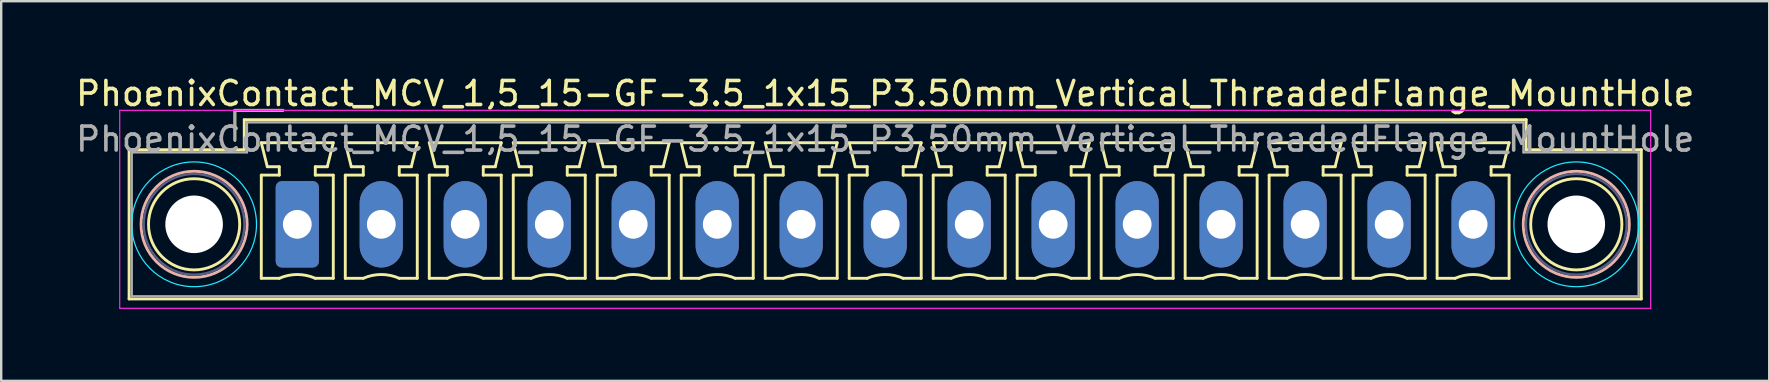
<source format=kicad_pcb>
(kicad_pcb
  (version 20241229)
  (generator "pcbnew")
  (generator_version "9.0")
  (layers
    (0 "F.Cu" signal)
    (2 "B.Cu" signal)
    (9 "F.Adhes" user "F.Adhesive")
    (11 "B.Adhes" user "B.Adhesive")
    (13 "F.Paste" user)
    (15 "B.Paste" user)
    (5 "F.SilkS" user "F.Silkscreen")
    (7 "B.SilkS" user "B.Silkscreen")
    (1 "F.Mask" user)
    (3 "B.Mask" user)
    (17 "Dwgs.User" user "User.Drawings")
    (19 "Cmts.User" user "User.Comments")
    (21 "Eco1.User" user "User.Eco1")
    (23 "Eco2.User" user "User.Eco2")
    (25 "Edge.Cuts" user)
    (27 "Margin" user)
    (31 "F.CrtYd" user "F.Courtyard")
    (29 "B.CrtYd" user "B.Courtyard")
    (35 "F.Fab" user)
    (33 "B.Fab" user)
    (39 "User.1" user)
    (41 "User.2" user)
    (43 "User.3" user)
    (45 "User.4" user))
  (footprint "PhoenixContact_MCV_1,5_15-GF-3.5_1x15_P3.50mm_Vertical_ThreadedFlange_MountHole"
    (layer "F.Cu")
    (at 9.339 6.298)
    (property "Reference" "PhoenixContact_MCV_1,5_15-GF-3.5_1x15_P3.50mm_Vertical_ThreadedFlange_MountHole" (at 24.5 -5.45 0) (layer "F.SilkS") (effects (font (size 1 1) (thickness 0.15))))
    (attr through_hole)
    (fp_line (start -7.01 -3.11) (end -7.01 3.11) (stroke (width 0.12) (type solid)) (layer "F.SilkS"))
    (fp_line (start -7.01 3.11) (end 56.01 3.11) (stroke (width 0.12) (type solid)) (layer "F.SilkS"))
    (fp_line (start -2.6 -4.75) (end -0.6 -4.75) (stroke (width 0.12) (type solid)) (layer "F.SilkS"))
    (fp_line (start -2.6 -3.5) (end -2.6 -4.75) (stroke (width 0.12) (type solid)) (layer "F.SilkS"))
    (fp_line (start -2.21 -4.36) (end -2.21 -3.11) (stroke (width 0.12) (type solid)) (layer "F.SilkS"))
    (fp_line (start -2.21 -3.11) (end -7.01 -3.11) (stroke (width 0.12) (type solid)) (layer "F.SilkS"))
    (fp_line (start -1.5 -3.4) (end 1.5 -3.4) (stroke (width 0.12) (type solid)) (layer "F.SilkS"))
    (fp_line (start -1.5 -2.05) (end -0.75 -2.05) (stroke (width 0.12) (type solid)) (layer "F.SilkS"))
    (fp_line (start -1.5 2.25) (end -1.5 -2.05) (stroke (width 0.12) (type solid)) (layer "F.SilkS"))
    (fp_line (start -1.25 -2.4) (end -1.5 -3.4) (stroke (width 0.12) (type solid)) (layer "F.SilkS"))
    (fp_line (start -0.75 -2.4) (end -1.25 -2.4) (stroke (width 0.12) (type solid)) (layer "F.SilkS"))
    (fp_line (start -0.75 -2.05) (end -0.75 -2.4) (stroke (width 0.12) (type solid)) (layer "F.SilkS"))
    (fp_line (start -0.75 2.25) (end -1.5 2.25) (stroke (width 0.12) (type solid)) (layer "F.SilkS"))
    (fp_line (start 0.75 -2.4) (end 0.75 -2.05) (stroke (width 0.12) (type solid)) (layer "F.SilkS"))
    (fp_line (start 0.75 -2.05) (end 1.5 -2.05) (stroke (width 0.12) (type solid)) (layer "F.SilkS"))
    (fp_line (start 1.25 -2.4) (end 0.75 -2.4) (stroke (width 0.12) (type solid)) (layer "F.SilkS"))
    (fp_line (start 1.5 -3.4) (end 1.25 -2.4) (stroke (width 0.12) (type solid)) (layer "F.SilkS"))
    (fp_line (start 1.5 -2.05) (end 1.5 2.25) (stroke (width 0.12) (type solid)) (layer "F.SilkS"))
    (fp_line (start 1.5 2.25) (end 0.75 2.25) (stroke (width 0.12) (type solid)) (layer "F.SilkS"))
    (fp_line (start 2 -3.4) (end 5 -3.4) (stroke (width 0.12) (type solid)) (layer "F.SilkS"))
    (fp_line (start 2 -2.05) (end 2.75 -2.05) (stroke (width 0.12) (type solid)) (layer "F.SilkS"))
    (fp_line (start 2 2.25) (end 2 -2.05) (stroke (width 0.12) (type solid)) (layer "F.SilkS"))
    (fp_line (start 2.25 -2.4) (end 2 -3.4) (stroke (width 0.12) (type solid)) (layer "F.SilkS"))
    (fp_line (start 2.75 -2.4) (end 2.25 -2.4) (stroke (width 0.12) (type solid)) (layer "F.SilkS"))
    (fp_line (start 2.75 -2.05) (end 2.75 -2.4) (stroke (width 0.12) (type solid)) (layer "F.SilkS"))
    (fp_line (start 2.75 2.25) (end 2 2.25) (stroke (width 0.12) (type solid)) (layer "F.SilkS"))
    (fp_line (start 4.25 -2.4) (end 4.25 -2.05) (stroke (width 0.12) (type solid)) (layer "F.SilkS"))
    (fp_line (start 4.25 -2.05) (end 5 -2.05) (stroke (width 0.12) (type solid)) (layer "F.SilkS"))
    (fp_line (start 4.75 -2.4) (end 4.25 -2.4) (stroke (width 0.12) (type solid)) (layer "F.SilkS"))
    (fp_line (start 5 -3.4) (end 4.75 -2.4) (stroke (width 0.12) (type solid)) (layer "F.SilkS"))
    (fp_line (start 5 -2.05) (end 5 2.25) (stroke (width 0.12) (type solid)) (layer "F.SilkS"))
    (fp_line (start 5 2.25) (end 4.25 2.25) (stroke (width 0.12) (type solid)) (layer "F.SilkS"))
    (fp_line (start 5.5 -3.4) (end 8.5 -3.4) (stroke (width 0.12) (type solid)) (layer "F.SilkS"))
    (fp_line (start 5.5 -2.05) (end 6.25 -2.05) (stroke (width 0.12) (type solid)) (layer "F.SilkS"))
    (fp_line (start 5.5 2.25) (end 5.5 -2.05) (stroke (width 0.12) (type solid)) (layer "F.SilkS"))
    (fp_line (start 5.75 -2.4) (end 5.5 -3.4) (stroke (width 0.12) (type solid)) (layer "F.SilkS"))
    (fp_line (start 6.25 -2.4) (end 5.75 -2.4) (stroke (width 0.12) (type solid)) (layer "F.SilkS"))
    (fp_line (start 6.25 -2.05) (end 6.25 -2.4) (stroke (width 0.12) (type solid)) (layer "F.SilkS"))
    (fp_line (start 6.25 2.25) (end 5.5 2.25) (stroke (width 0.12) (type solid)) (layer "F.SilkS"))
    (fp_line (start 7.75 -2.4) (end 7.75 -2.05) (stroke (width 0.12) (type solid)) (layer "F.SilkS"))
    (fp_line (start 7.75 -2.05) (end 8.5 -2.05) (stroke (width 0.12) (type solid)) (layer "F.SilkS"))
    (fp_line (start 8.25 -2.4) (end 7.75 -2.4) (stroke (width 0.12) (type solid)) (layer "F.SilkS"))
    (fp_line (start 8.5 -3.4) (end 8.25 -2.4) (stroke (width 0.12) (type solid)) (layer "F.SilkS"))
    (fp_line (start 8.5 -2.05) (end 8.5 2.25) (stroke (width 0.12) (type solid)) (layer "F.SilkS"))
    (fp_line (start 8.5 2.25) (end 7.75 2.25) (stroke (width 0.12) (type solid)) (layer "F.SilkS"))
    (fp_line (start 9 -3.4) (end 12 -3.4) (stroke (width 0.12) (type solid)) (layer "F.SilkS"))
    (fp_line (start 9 -2.05) (end 9.75 -2.05) (stroke (width 0.12) (type solid)) (layer "F.SilkS"))
    (fp_line (start 9 2.25) (end 9 -2.05) (stroke (width 0.12) (type solid)) (layer "F.SilkS"))
    (fp_line (start 9.25 -2.4) (end 9 -3.4) (stroke (width 0.12) (type solid)) (layer "F.SilkS"))
    (fp_line (start 9.75 -2.4) (end 9.25 -2.4) (stroke (width 0.12) (type solid)) (layer "F.SilkS"))
    (fp_line (start 9.75 -2.05) (end 9.75 -2.4) (stroke (width 0.12) (type solid)) (layer "F.SilkS"))
    (fp_line (start 9.75 2.25) (end 9 2.25) (stroke (width 0.12) (type solid)) (layer "F.SilkS"))
    (fp_line (start 11.25 -2.4) (end 11.25 -2.05) (stroke (width 0.12) (type solid)) (layer "F.SilkS"))
    (fp_line (start 11.25 -2.05) (end 12 -2.05) (stroke (width 0.12) (type solid)) (layer "F.SilkS"))
    (fp_line (start 11.75 -2.4) (end 11.25 -2.4) (stroke (width 0.12) (type solid)) (layer "F.SilkS"))
    (fp_line (start 12 -3.4) (end 11.75 -2.4) (stroke (width 0.12) (type solid)) (layer "F.SilkS"))
    (fp_line (start 12 -2.05) (end 12 2.25) (stroke (width 0.12) (type solid)) (layer "F.SilkS"))
    (fp_line (start 12 2.25) (end 11.25 2.25) (stroke (width 0.12) (type solid)) (layer "F.SilkS"))
    (fp_line (start 12.5 -3.4) (end 15.5 -3.4) (stroke (width 0.12) (type solid)) (layer "F.SilkS"))
    (fp_line (start 12.5 -2.05) (end 13.25 -2.05) (stroke (width 0.12) (type solid)) (layer "F.SilkS"))
    (fp_line (start 12.5 2.25) (end 12.5 -2.05) (stroke (width 0.12) (type solid)) (layer "F.SilkS"))
    (fp_line (start 12.75 -2.4) (end 12.5 -3.4) (stroke (width 0.12) (type solid)) (layer "F.SilkS"))
    (fp_line (start 13.25 -2.4) (end 12.75 -2.4) (stroke (width 0.12) (type solid)) (layer "F.SilkS"))
    (fp_line (start 13.25 -2.05) (end 13.25 -2.4) (stroke (width 0.12) (type solid)) (layer "F.SilkS"))
    (fp_line (start 13.25 2.25) (end 12.5 2.25) (stroke (width 0.12) (type solid)) (layer "F.SilkS"))
    (fp_line (start 14.75 -2.4) (end 14.75 -2.05) (stroke (width 0.12) (type solid)) (layer "F.SilkS"))
    (fp_line (start 14.75 -2.05) (end 15.5 -2.05) (stroke (width 0.12) (type solid)) (layer "F.SilkS"))
    (fp_line (start 15.25 -2.4) (end 14.75 -2.4) (stroke (width 0.12) (type solid)) (layer "F.SilkS"))
    (fp_line (start 15.5 -3.4) (end 15.25 -2.4) (stroke (width 0.12) (type solid)) (layer "F.SilkS"))
    (fp_line (start 15.5 -2.05) (end 15.5 2.25) (stroke (width 0.12) (type solid)) (layer "F.SilkS"))
    (fp_line (start 15.5 2.25) (end 14.75 2.25) (stroke (width 0.12) (type solid)) (layer "F.SilkS"))
    (fp_line (start 16 -3.4) (end 19 -3.4) (stroke (width 0.12) (type solid)) (layer "F.SilkS"))
    (fp_line (start 16 -2.05) (end 16.75 -2.05) (stroke (width 0.12) (type solid)) (layer "F.SilkS"))
    (fp_line (start 16 2.25) (end 16 -2.05) (stroke (width 0.12) (type solid)) (layer "F.SilkS"))
    (fp_line (start 16.25 -2.4) (end 16 -3.4) (stroke (width 0.12) (type solid)) (layer "F.SilkS"))
    (fp_line (start 16.75 -2.4) (end 16.25 -2.4) (stroke (width 0.12) (type solid)) (layer "F.SilkS"))
    (fp_line (start 16.75 -2.05) (end 16.75 -2.4) (stroke (width 0.12) (type solid)) (layer "F.SilkS"))
    (fp_line (start 16.75 2.25) (end 16 2.25) (stroke (width 0.12) (type solid)) (layer "F.SilkS"))
    (fp_line (start 18.25 -2.4) (end 18.25 -2.05) (stroke (width 0.12) (type solid)) (layer "F.SilkS"))
    (fp_line (start 18.25 -2.05) (end 19 -2.05) (stroke (width 0.12) (type solid)) (layer "F.SilkS"))
    (fp_line (start 18.75 -2.4) (end 18.25 -2.4) (stroke (width 0.12) (type solid)) (layer "F.SilkS"))
    (fp_line (start 19 -3.4) (end 18.75 -2.4) (stroke (width 0.12) (type solid)) (layer "F.SilkS"))
    (fp_line (start 19 -2.05) (end 19 2.25) (stroke (width 0.12) (type solid)) (layer "F.SilkS"))
    (fp_line (start 19 2.25) (end 18.25 2.25) (stroke (width 0.12) (type solid)) (layer "F.SilkS"))
    (fp_line (start 19.5 -3.4) (end 22.5 -3.4) (stroke (width 0.12) (type solid)) (layer "F.SilkS"))
    (fp_line (start 19.5 -2.05) (end 20.25 -2.05) (stroke (width 0.12) (type solid)) (layer "F.SilkS"))
    (fp_line (start 19.5 2.25) (end 19.5 -2.05) (stroke (width 0.12) (type solid)) (layer "F.SilkS"))
    (fp_line (start 19.75 -2.4) (end 19.5 -3.4) (stroke (width 0.12) (type solid)) (layer "F.SilkS"))
    (fp_line (start 20.25 -2.4) (end 19.75 -2.4) (stroke (width 0.12) (type solid)) (layer "F.SilkS"))
    (fp_line (start 20.25 -2.05) (end 20.25 -2.4) (stroke (width 0.12) (type solid)) (layer "F.SilkS"))
    (fp_line (start 20.25 2.25) (end 19.5 2.25) (stroke (width 0.12) (type solid)) (layer "F.SilkS"))
    (fp_line (start 21.75 -2.4) (end 21.75 -2.05) (stroke (width 0.12) (type solid)) (layer "F.SilkS"))
    (fp_line (start 21.75 -2.05) (end 22.5 -2.05) (stroke (width 0.12) (type solid)) (layer "F.SilkS"))
    (fp_line (start 22.25 -2.4) (end 21.75 -2.4) (stroke (width 0.12) (type solid)) (layer "F.SilkS"))
    (fp_line (start 22.5 -3.4) (end 22.25 -2.4) (stroke (width 0.12) (type solid)) (layer "F.SilkS"))
    (fp_line (start 22.5 -2.05) (end 22.5 2.25) (stroke (width 0.12) (type solid)) (layer "F.SilkS"))
    (fp_line (start 22.5 2.25) (end 21.75 2.25) (stroke (width 0.12) (type solid)) (layer "F.SilkS"))
    (fp_line (start 23 -3.4) (end 26 -3.4) (stroke (width 0.12) (type solid)) (layer "F.SilkS"))
    (fp_line (start 23 -2.05) (end 23.75 -2.05) (stroke (width 0.12) (type solid)) (layer "F.SilkS"))
    (fp_line (start 23 2.25) (end 23 -2.05) (stroke (width 0.12) (type solid)) (layer "F.SilkS"))
    (fp_line (start 23.25 -2.4) (end 23 -3.4) (stroke (width 0.12) (type solid)) (layer "F.SilkS"))
    (fp_line (start 23.75 -2.4) (end 23.25 -2.4) (stroke (width 0.12) (type solid)) (layer "F.SilkS"))
    (fp_line (start 23.75 -2.05) (end 23.75 -2.4) (stroke (width 0.12) (type solid)) (layer "F.SilkS"))
    (fp_line (start 23.75 2.25) (end 23 2.25) (stroke (width 0.12) (type solid)) (layer "F.SilkS"))
    (fp_line (start 25.25 -2.4) (end 25.25 -2.05) (stroke (width 0.12) (type solid)) (layer "F.SilkS"))
    (fp_line (start 25.25 -2.05) (end 26 -2.05) (stroke (width 0.12) (type solid)) (layer "F.SilkS"))
    (fp_line (start 25.75 -2.4) (end 25.25 -2.4) (stroke (width 0.12) (type solid)) (layer "F.SilkS"))
    (fp_line (start 26 -3.4) (end 25.75 -2.4) (stroke (width 0.12) (type solid)) (layer "F.SilkS"))
    (fp_line (start 26 -2.05) (end 26 2.25) (stroke (width 0.12) (type solid)) (layer "F.SilkS"))
    (fp_line (start 26 2.25) (end 25.25 2.25) (stroke (width 0.12) (type solid)) (layer "F.SilkS"))
    (fp_line (start 26.5 -3.4) (end 29.5 -3.4) (stroke (width 0.12) (type solid)) (layer "F.SilkS"))
    (fp_line (start 26.5 -2.05) (end 27.25 -2.05) (stroke (width 0.12) (type solid)) (layer "F.SilkS"))
    (fp_line (start 26.5 2.25) (end 26.5 -2.05) (stroke (width 0.12) (type solid)) (layer "F.SilkS"))
    (fp_line (start 26.75 -2.4) (end 26.5 -3.4) (stroke (width 0.12) (type solid)) (layer "F.SilkS"))
    (fp_line (start 27.25 -2.4) (end 26.75 -2.4) (stroke (width 0.12) (type solid)) (layer "F.SilkS"))
    (fp_line (start 27.25 -2.05) (end 27.25 -2.4) (stroke (width 0.12) (type solid)) (layer "F.SilkS"))
    (fp_line (start 27.25 2.25) (end 26.5 2.25) (stroke (width 0.12) (type solid)) (layer "F.SilkS"))
    (fp_line (start 28.75 -2.4) (end 28.75 -2.05) (stroke (width 0.12) (type solid)) (layer "F.SilkS"))
    (fp_line (start 28.75 -2.05) (end 29.5 -2.05) (stroke (width 0.12) (type solid)) (layer "F.SilkS"))
    (fp_line (start 29.25 -2.4) (end 28.75 -2.4) (stroke (width 0.12) (type solid)) (layer "F.SilkS"))
    (fp_line (start 29.5 -3.4) (end 29.25 -2.4) (stroke (width 0.12) (type solid)) (layer "F.SilkS"))
    (fp_line (start 29.5 -2.05) (end 29.5 2.25) (stroke (width 0.12) (type solid)) (layer "F.SilkS"))
    (fp_line (start 29.5 2.25) (end 28.75 2.25) (stroke (width 0.12) (type solid)) (layer "F.SilkS"))
    (fp_line (start 30 -3.4) (end 33 -3.4) (stroke (width 0.12) (type solid)) (layer "F.SilkS"))
    (fp_line (start 30 -2.05) (end 30.75 -2.05) (stroke (width 0.12) (type solid)) (layer "F.SilkS"))
    (fp_line (start 30 2.25) (end 30 -2.05) (stroke (width 0.12) (type solid)) (layer "F.SilkS"))
    (fp_line (start 30.25 -2.4) (end 30 -3.4) (stroke (width 0.12) (type solid)) (layer "F.SilkS"))
    (fp_line (start 30.75 -2.4) (end 30.25 -2.4) (stroke (width 0.12) (type solid)) (layer "F.SilkS"))
    (fp_line (start 30.75 -2.05) (end 30.75 -2.4) (stroke (width 0.12) (type solid)) (layer "F.SilkS"))
    (fp_line (start 30.75 2.25) (end 30 2.25) (stroke (width 0.12) (type solid)) (layer "F.SilkS"))
    (fp_line (start 32.25 -2.4) (end 32.25 -2.05) (stroke (width 0.12) (type solid)) (layer "F.SilkS"))
    (fp_line (start 32.25 -2.05) (end 33 -2.05) (stroke (width 0.12) (type solid)) (layer "F.SilkS"))
    (fp_line (start 32.75 -2.4) (end 32.25 -2.4) (stroke (width 0.12) (type solid)) (layer "F.SilkS"))
    (fp_line (start 33 -3.4) (end 32.75 -2.4) (stroke (width 0.12) (type solid)) (layer "F.SilkS"))
    (fp_line (start 33 -2.05) (end 33 2.25) (stroke (width 0.12) (type solid)) (layer "F.SilkS"))
    (fp_line (start 33 2.25) (end 32.25 2.25) (stroke (width 0.12) (type solid)) (layer "F.SilkS"))
    (fp_line (start 33.5 -3.4) (end 36.5 -3.4) (stroke (width 0.12) (type solid)) (layer "F.SilkS"))
    (fp_line (start 33.5 -2.05) (end 34.25 -2.05) (stroke (width 0.12) (type solid)) (layer "F.SilkS"))
    (fp_line (start 33.5 2.25) (end 33.5 -2.05) (stroke (width 0.12) (type solid)) (layer "F.SilkS"))
    (fp_line (start 33.75 -2.4) (end 33.5 -3.4) (stroke (width 0.12) (type solid)) (layer "F.SilkS"))
    (fp_line (start 34.25 -2.4) (end 33.75 -2.4) (stroke (width 0.12) (type solid)) (layer "F.SilkS"))
    (fp_line (start 34.25 -2.05) (end 34.25 -2.4) (stroke (width 0.12) (type solid)) (layer "F.SilkS"))
    (fp_line (start 34.25 2.25) (end 33.5 2.25) (stroke (width 0.12) (type solid)) (layer "F.SilkS"))
    (fp_line (start 35.75 -2.4) (end 35.75 -2.05) (stroke (width 0.12) (type solid)) (layer "F.SilkS"))
    (fp_line (start 35.75 -2.05) (end 36.5 -2.05) (stroke (width 0.12) (type solid)) (layer "F.SilkS"))
    (fp_line (start 36.25 -2.4) (end 35.75 -2.4) (stroke (width 0.12) (type solid)) (layer "F.SilkS"))
    (fp_line (start 36.5 -3.4) (end 36.25 -2.4) (stroke (width 0.12) (type solid)) (layer "F.SilkS"))
    (fp_line (start 36.5 -2.05) (end 36.5 2.25) (stroke (width 0.12) (type solid)) (layer "F.SilkS"))
    (fp_line (start 36.5 2.25) (end 35.75 2.25) (stroke (width 0.12) (type solid)) (layer "F.SilkS"))
    (fp_line (start 37 -3.4) (end 40 -3.4) (stroke (width 0.12) (type solid)) (layer "F.SilkS"))
    (fp_line (start 37 -2.05) (end 37.75 -2.05) (stroke (width 0.12) (type solid)) (layer "F.SilkS"))
    (fp_line (start 37 2.25) (end 37 -2.05) (stroke (width 0.12) (type solid)) (layer "F.SilkS"))
    (fp_line (start 37.25 -2.4) (end 37 -3.4) (stroke (width 0.12) (type solid)) (layer "F.SilkS"))
    (fp_line (start 37.75 -2.4) (end 37.25 -2.4) (stroke (width 0.12) (type solid)) (layer "F.SilkS"))
    (fp_line (start 37.75 -2.05) (end 37.75 -2.4) (stroke (width 0.12) (type solid)) (layer "F.SilkS"))
    (fp_line (start 37.75 2.25) (end 37 2.25) (stroke (width 0.12) (type solid)) (layer "F.SilkS"))
    (fp_line (start 39.25 -2.4) (end 39.25 -2.05) (stroke (width 0.12) (type solid)) (layer "F.SilkS"))
    (fp_line (start 39.25 -2.05) (end 40 -2.05) (stroke (width 0.12) (type solid)) (layer "F.SilkS"))
    (fp_line (start 39.75 -2.4) (end 39.25 -2.4) (stroke (width 0.12) (type solid)) (layer "F.SilkS"))
    (fp_line (start 40 -3.4) (end 39.75 -2.4) (stroke (width 0.12) (type solid)) (layer "F.SilkS"))
    (fp_line (start 40 -2.05) (end 40 2.25) (stroke (width 0.12) (type solid)) (layer "F.SilkS"))
    (fp_line (start 40 2.25) (end 39.25 2.25) (stroke (width 0.12) (type solid)) (layer "F.SilkS"))
    (fp_line (start 40.5 -3.4) (end 43.5 -3.4) (stroke (width 0.12) (type solid)) (layer "F.SilkS"))
    (fp_line (start 40.5 -2.05) (end 41.25 -2.05) (stroke (width 0.12) (type solid)) (layer "F.SilkS"))
    (fp_line (start 40.5 2.25) (end 40.5 -2.05) (stroke (width 0.12) (type solid)) (layer "F.SilkS"))
    (fp_line (start 40.75 -2.4) (end 40.5 -3.4) (stroke (width 0.12) (type solid)) (layer "F.SilkS"))
    (fp_line (start 41.25 -2.4) (end 40.75 -2.4) (stroke (width 0.12) (type solid)) (layer "F.SilkS"))
    (fp_line (start 41.25 -2.05) (end 41.25 -2.4) (stroke (width 0.12) (type solid)) (layer "F.SilkS"))
    (fp_line (start 41.25 2.25) (end 40.5 2.25) (stroke (width 0.12) (type solid)) (layer "F.SilkS"))
    (fp_line (start 42.75 -2.4) (end 42.75 -2.05) (stroke (width 0.12) (type solid)) (layer "F.SilkS"))
    (fp_line (start 42.75 -2.05) (end 43.5 -2.05) (stroke (width 0.12) (type solid)) (layer "F.SilkS"))
    (fp_line (start 43.25 -2.4) (end 42.75 -2.4) (stroke (width 0.12) (type solid)) (layer "F.SilkS"))
    (fp_line (start 43.5 -3.4) (end 43.25 -2.4) (stroke (width 0.12) (type solid)) (layer "F.SilkS"))
    (fp_line (start 43.5 -2.05) (end 43.5 2.25) (stroke (width 0.12) (type solid)) (layer "F.SilkS"))
    (fp_line (start 43.5 2.25) (end 42.75 2.25) (stroke (width 0.12) (type solid)) (layer "F.SilkS"))
    (fp_line (start 44 -3.4) (end 47 -3.4) (stroke (width 0.12) (type solid)) (layer "F.SilkS"))
    (fp_line (start 44 -2.05) (end 44.75 -2.05) (stroke (width 0.12) (type solid)) (layer "F.SilkS"))
    (fp_line (start 44 2.25) (end 44 -2.05) (stroke (width 0.12) (type solid)) (layer "F.SilkS"))
    (fp_line (start 44.25 -2.4) (end 44 -3.4) (stroke (width 0.12) (type solid)) (layer "F.SilkS"))
    (fp_line (start 44.75 -2.4) (end 44.25 -2.4) (stroke (width 0.12) (type solid)) (layer "F.SilkS"))
    (fp_line (start 44.75 -2.05) (end 44.75 -2.4) (stroke (width 0.12) (type solid)) (layer "F.SilkS"))
    (fp_line (start 44.75 2.25) (end 44 2.25) (stroke (width 0.12) (type solid)) (layer "F.SilkS"))
    (fp_line (start 46.25 -2.4) (end 46.25 -2.05) (stroke (width 0.12) (type solid)) (layer "F.SilkS"))
    (fp_line (start 46.25 -2.05) (end 47 -2.05) (stroke (width 0.12) (type solid)) (layer "F.SilkS"))
    (fp_line (start 46.75 -2.4) (end 46.25 -2.4) (stroke (width 0.12) (type solid)) (layer "F.SilkS"))
    (fp_line (start 47 -3.4) (end 46.75 -2.4) (stroke (width 0.12) (type solid)) (layer "F.SilkS"))
    (fp_line (start 47 -2.05) (end 47 2.25) (stroke (width 0.12) (type solid)) (layer "F.SilkS"))
    (fp_line (start 47 2.25) (end 46.25 2.25) (stroke (width 0.12) (type solid)) (layer "F.SilkS"))
    (fp_line (start 47.5 -3.4) (end 50.5 -3.4) (stroke (width 0.12) (type solid)) (layer "F.SilkS"))
    (fp_line (start 47.5 -2.05) (end 48.25 -2.05) (stroke (width 0.12) (type solid)) (layer "F.SilkS"))
    (fp_line (start 47.5 2.25) (end 47.5 -2.05) (stroke (width 0.12) (type solid)) (layer "F.SilkS"))
    (fp_line (start 47.75 -2.4) (end 47.5 -3.4) (stroke (width 0.12) (type solid)) (layer "F.SilkS"))
    (fp_line (start 48.25 -2.4) (end 47.75 -2.4) (stroke (width 0.12) (type solid)) (layer "F.SilkS"))
    (fp_line (start 48.25 -2.05) (end 48.25 -2.4) (stroke (width 0.12) (type solid)) (layer "F.SilkS"))
    (fp_line (start 48.25 2.25) (end 47.5 2.25) (stroke (width 0.12) (type solid)) (layer "F.SilkS"))
    (fp_line (start 49.75 -2.4) (end 49.75 -2.05) (stroke (width 0.12) (type solid)) (layer "F.SilkS"))
    (fp_line (start 49.75 -2.05) (end 50.5 -2.05) (stroke (width 0.12) (type solid)) (layer "F.SilkS"))
    (fp_line (start 50.25 -2.4) (end 49.75 -2.4) (stroke (width 0.12) (type solid)) (layer "F.SilkS"))
    (fp_line (start 50.5 -3.4) (end 50.25 -2.4) (stroke (width 0.12) (type solid)) (layer "F.SilkS"))
    (fp_line (start 50.5 -2.05) (end 50.5 2.25) (stroke (width 0.12) (type solid)) (layer "F.SilkS"))
    (fp_line (start 50.5 2.25) (end 49.75 2.25) (stroke (width 0.12) (type solid)) (layer "F.SilkS"))
    (fp_line (start 51.21 -4.36) (end -2.21 -4.36) (stroke (width 0.12) (type solid)) (layer "F.SilkS"))
    (fp_line (start 51.21 -3.11) (end 51.21 -4.36) (stroke (width 0.12) (type solid)) (layer "F.SilkS"))
    (fp_line (start 56.01 -3.11) (end 51.21 -3.11) (stroke (width 0.12) (type solid)) (layer "F.SilkS"))
    (fp_line (start 56.01 3.11) (end 56.01 -3.11) (stroke (width 0.12) (type solid)) (layer "F.SilkS"))
    (fp_arc (start -0.75 2.25) (mid -0.000193 2.09191) (end 0.749647 2.249844) (stroke (width 0.12) (type solid)) (layer "F.SilkS"))
    (fp_arc (start 2.75 2.25) (mid 3.499807 2.09191) (end 4.249647 2.249844) (stroke (width 0.12) (type solid)) (layer "F.SilkS"))
    (fp_arc (start 6.25 2.25) (mid 6.999807 2.09191) (end 7.749647 2.249844) (stroke (width 0.12) (type solid)) (layer "F.SilkS"))
    (fp_arc (start 9.75 2.25) (mid 10.499807 2.09191) (end 11.249647 2.249844) (stroke (width 0.12) (type solid)) (layer "F.SilkS"))
    (fp_arc (start 13.25 2.25) (mid 13.999807 2.09191) (end 14.749647 2.249844) (stroke (width 0.12) (type solid)) (layer "F.SilkS"))
    (fp_arc (start 16.75 2.25) (mid 17.499807 2.09191) (end 18.249647 2.249844) (stroke (width 0.12) (type solid)) (layer "F.SilkS"))
    (fp_arc (start 20.25 2.25) (mid 20.999807 2.09191) (end 21.749647 2.249844) (stroke (width 0.12) (type solid)) (layer "F.SilkS"))
    (fp_arc (start 23.75 2.25) (mid 24.499807 2.09191) (end 25.249647 2.249844) (stroke (width 0.12) (type solid)) (layer "F.SilkS"))
    (fp_arc (start 27.25 2.25) (mid 27.999807 2.09191) (end 28.749647 2.249844) (stroke (width 0.12) (type solid)) (layer "F.SilkS"))
    (fp_arc (start 30.75 2.25) (mid 31.499807 2.09191) (end 32.249647 2.249844) (stroke (width 0.12) (type solid)) (layer "F.SilkS"))
    (fp_arc (start 34.25 2.25) (mid 34.999807 2.09191) (end 35.749647 2.249844) (stroke (width 0.12) (type solid)) (layer "F.SilkS"))
    (fp_arc (start 37.75 2.25) (mid 38.499807 2.09191) (end 39.249647 2.249844) (stroke (width 0.12) (type solid)) (layer "F.SilkS"))
    (fp_arc (start 41.25 2.25) (mid 41.999807 2.09191) (end 42.749647 2.249844) (stroke (width 0.12) (type solid)) (layer "F.SilkS"))
    (fp_arc (start 44.75 2.25) (mid 45.499807 2.09191) (end 46.249647 2.249844) (stroke (width 0.12) (type solid)) (layer "F.SilkS"))
    (fp_arc (start 48.25 2.25) (mid 48.999807 2.09191) (end 49.749647 2.249844) (stroke (width 0.12) (type solid)) (layer "F.SilkS"))
    (fp_circle (center -4.3 0) (end -2.4 0) (stroke (width 0.12) (type solid)) (fill no) (layer "F.SilkS"))
    (fp_circle (center 53.3 0) (end 55.2 0) (stroke (width 0.12) (type solid)) (fill no) (layer "F.SilkS"))
    (fp_circle (center -4.3 0) (end -2.09 0) (stroke (width 0.12) (type solid)) (fill no) (layer "B.SilkS"))
    (fp_circle (center 53.3 0) (end 55.51 0) (stroke (width 0.12) (type solid)) (fill no) (layer "B.SilkS"))
    (fp_circle (center -4.3 0) (end -1.7 0) (stroke (width 0.05) (type solid)) (fill no) (layer "B.CrtYd"))
    (fp_circle (center 53.3 0) (end 55.9 0) (stroke (width 0.05) (type solid)) (fill no) (layer "B.CrtYd"))
    (fp_line (start -7.4 -4.75) (end -7.4 3.5) (stroke (width 0.05) (type solid)) (layer "F.CrtYd"))
    (fp_line (start -7.4 3.5) (end 56.4 3.5) (stroke (width 0.05) (type solid)) (layer "F.CrtYd"))
    (fp_line (start 56.4 -4.75) (end -7.4 -4.75) (stroke (width 0.05) (type solid)) (layer "F.CrtYd"))
    (fp_line (start 56.4 3.5) (end 56.4 -4.75) (stroke (width 0.05) (type solid)) (layer "F.CrtYd"))
    (fp_circle (center -4.3 0) (end -2.2 0) (stroke (width 0.1) (type solid)) (fill no) (layer "B.Fab"))
    (fp_circle (center 53.3 0) (end 55.4 0) (stroke (width 0.1) (type solid)) (fill no) (layer "B.Fab"))
    (fp_line (start -6.9 -3) (end -6.9 3) (stroke (width 0.1) (type solid)) (layer "F.Fab"))
    (fp_line (start -6.9 3) (end 55.9 3) (stroke (width 0.1) (type solid)) (layer "F.Fab"))
    (fp_line (start -2.6 -4.75) (end -0.6 -4.75) (stroke (width 0.1) (type solid)) (layer "F.Fab"))
    (fp_line (start -2.6 -3.5) (end -2.6 -4.75) (stroke (width 0.1) (type solid)) (layer "F.Fab"))
    (fp_line (start -2.1 -4.25) (end -2.1 -3) (stroke (width 0.1) (type solid)) (layer "F.Fab"))
    (fp_line (start -2.1 -3) (end -6.9 -3) (stroke (width 0.1) (type solid)) (layer "F.Fab"))
    (fp_line (start 51.1 -4.25) (end -2.1 -4.25) (stroke (width 0.1) (type solid)) (layer "F.Fab"))
    (fp_line (start 51.1 -3) (end 51.1 -4.25) (stroke (width 0.1) (type solid)) (layer "F.Fab"))
    (fp_line (start 55.9 -3) (end 51.1 -3) (stroke (width 0.1) (type solid)) (layer "F.Fab"))
    (fp_line (start 55.9 3) (end 55.9 -3) (stroke (width 0.1) (type solid)) (layer "F.Fab"))
    (fp_text user "${REFERENCE}" (at 24.5 -3.55 0) (layer "F.Fab") (effects (font (size 1 1) (thickness 0.15))))
    (pad "" np_thru_hole circle (at -4.3 0) (size 2.4 2.4) (drill 2.4) (layers "*.Cu" "*.Mask"))
    (pad "" np_thru_hole circle (at 53.3 0) (size 2.4 2.4) (drill 2.4) (layers "*.Cu" "*.Mask"))
    (pad "1" thru_hole roundrect (at 0 0) (size 1.8 3.6) (drill 1.2) (layers "*.Cu" "*.Mask") (roundrect_rratio 0.139))
    (pad "2" thru_hole oval (at 3.5 0) (size 1.8 3.6) (drill 1.2) (layers "*.Cu" "*.Mask"))
    (pad "3" thru_hole oval (at 7 0) (size 1.8 3.6) (drill 1.2) (layers "*.Cu" "*.Mask"))
    (pad "4" thru_hole oval (at 10.5 0) (size 1.8 3.6) (drill 1.2) (layers "*.Cu" "*.Mask"))
    (pad "5" thru_hole oval (at 14 0) (size 1.8 3.6) (drill 1.2) (layers "*.Cu" "*.Mask"))
    (pad "6" thru_hole oval (at 17.5 0) (size 1.8 3.6) (drill 1.2) (layers "*.Cu" "*.Mask"))
    (pad "7" thru_hole oval (at 21 0) (size 1.8 3.6) (drill 1.2) (layers "*.Cu" "*.Mask"))
    (pad "8" thru_hole oval (at 24.5 0) (size 1.8 3.6) (drill 1.2) (layers "*.Cu" "*.Mask"))
    (pad "9" thru_hole oval (at 28 0) (size 1.8 3.6) (drill 1.2) (layers "*.Cu" "*.Mask"))
    (pad "10" thru_hole oval (at 31.5 0) (size 1.8 3.6) (drill 1.2) (layers "*.Cu" "*.Mask"))
    (pad "11" thru_hole oval (at 35 0) (size 1.8 3.6) (drill 1.2) (layers "*.Cu" "*.Mask"))
    (pad "12" thru_hole oval (at 38.5 0) (size 1.8 3.6) (drill 1.2) (layers "*.Cu" "*.Mask"))
    (pad "13" thru_hole oval (at 42 0) (size 1.8 3.6) (drill 1.2) (layers "*.Cu" "*.Mask"))
    (pad "14" thru_hole oval (at 45.5 0) (size 1.8 3.6) (drill 1.2) (layers "*.Cu" "*.Mask"))
    (pad "15" thru_hole oval (at 49 0) (size 1.8 3.6) (drill 1.2) (layers "*.Cu" "*.Mask")))
  (gr_rect
    (start -3 -3)
    (end 70.679 12.823)
    (stroke (width 0.1) (type default))
    (fill no)
    (layer "Edge.Cuts")))
</source>
